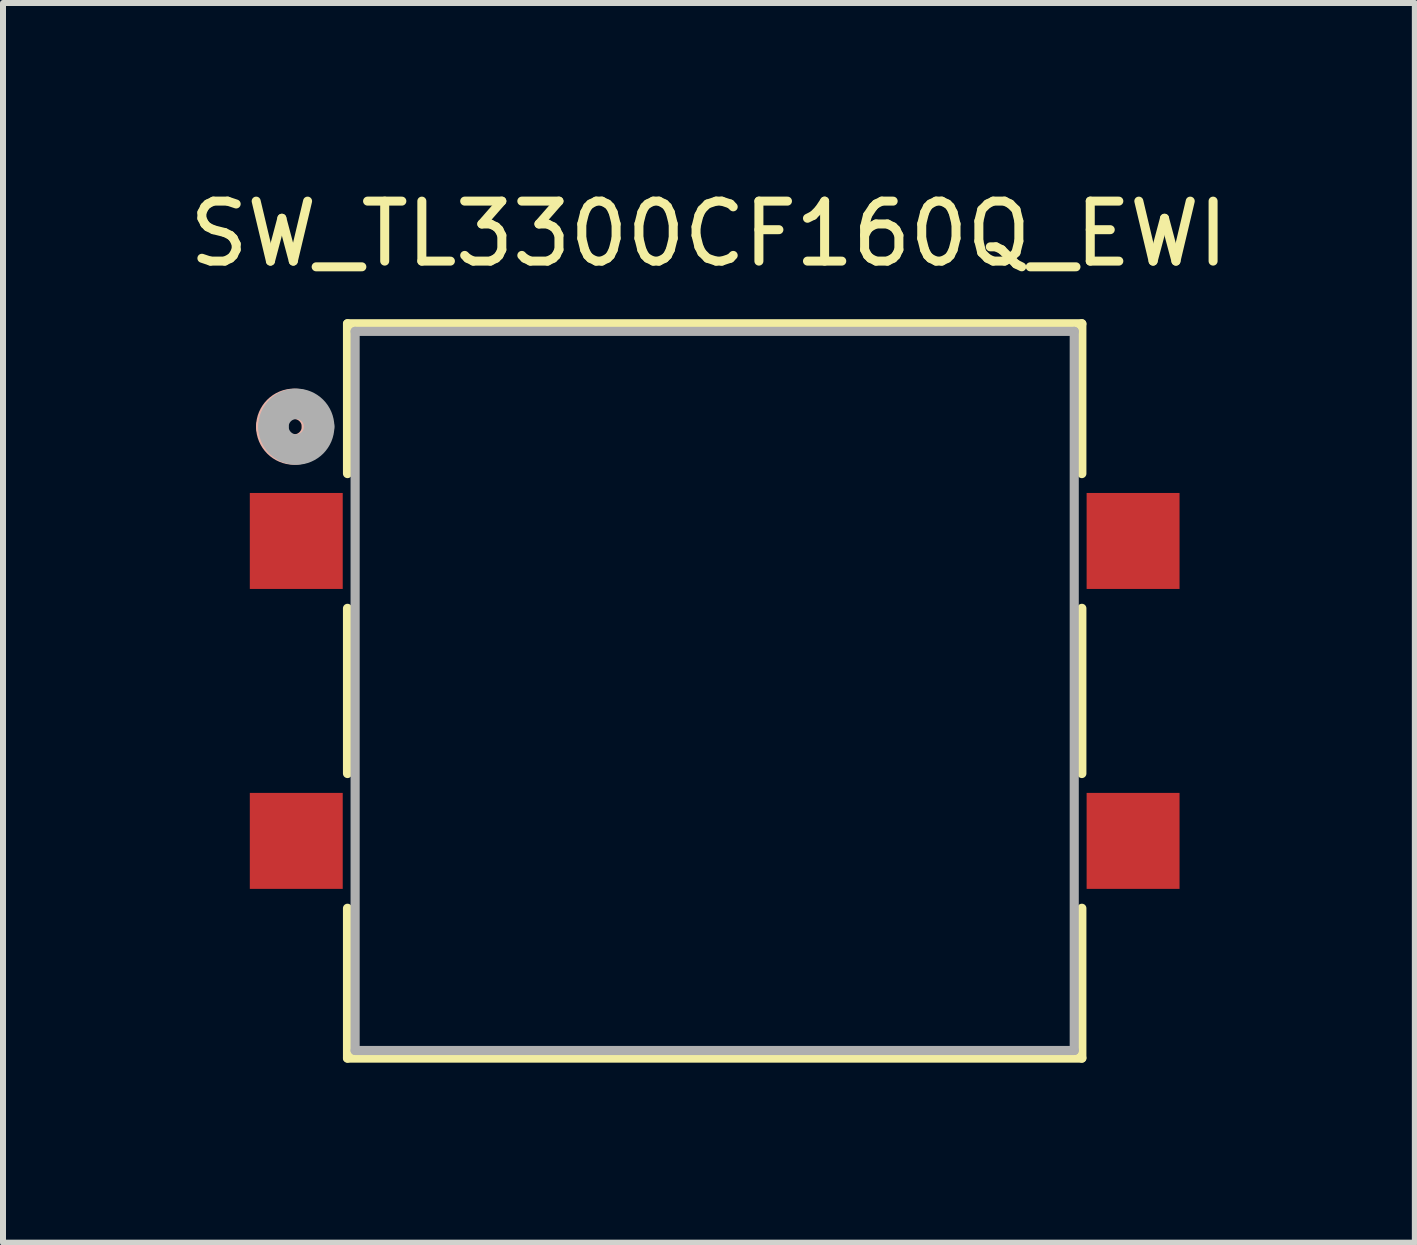
<source format=kicad_pcb>
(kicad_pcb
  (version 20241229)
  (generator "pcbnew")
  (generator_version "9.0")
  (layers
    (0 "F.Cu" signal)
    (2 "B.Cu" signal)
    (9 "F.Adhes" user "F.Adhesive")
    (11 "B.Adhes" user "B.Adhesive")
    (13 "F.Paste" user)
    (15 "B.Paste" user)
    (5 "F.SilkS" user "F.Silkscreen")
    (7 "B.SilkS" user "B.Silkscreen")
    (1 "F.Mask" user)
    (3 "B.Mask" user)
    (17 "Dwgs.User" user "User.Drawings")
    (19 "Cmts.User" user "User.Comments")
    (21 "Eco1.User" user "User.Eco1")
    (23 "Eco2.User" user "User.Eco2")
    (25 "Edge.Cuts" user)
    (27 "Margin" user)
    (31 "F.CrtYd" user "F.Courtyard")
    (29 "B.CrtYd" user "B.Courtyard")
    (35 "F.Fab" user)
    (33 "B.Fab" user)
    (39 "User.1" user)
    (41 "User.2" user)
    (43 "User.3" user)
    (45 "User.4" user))
  (footprint "SW_TL3300CF160Q_EWI"
    (layer "F.Cu")
    (at 8.864 8.468)
    (property "Reference" "SW_TL3300CF160Q_EWI" (at -0.096 -7.62 0) (layer "F.SilkS") (effects (font (size 1 1) (thickness 0.15))))
    (attr smd)
    (fp_line (start -6.121 -6.121) (end -6.121 -3.623) (stroke (width 0.152) (type solid)) (layer "F.SilkS"))
    (fp_line (start -6.121 -1.377) (end -6.121 1.377) (stroke (width 0.152) (type solid)) (layer "F.SilkS"))
    (fp_line (start -6.121 3.623) (end -6.121 6.121) (stroke (width 0.152) (type solid)) (layer "F.SilkS"))
    (fp_line (start -6.121 6.121) (end 6.121 6.121) (stroke (width 0.152) (type solid)) (layer "F.SilkS"))
    (fp_line (start 6.121 -6.121) (end -6.121 -6.121) (stroke (width 0.152) (type solid)) (layer "F.SilkS"))
    (fp_line (start 6.121 -3.623) (end 6.121 -6.121) (stroke (width 0.152) (type solid)) (layer "F.SilkS"))
    (fp_line (start 6.121 1.377) (end 6.121 -1.377) (stroke (width 0.152) (type solid)) (layer "F.SilkS"))
    (fp_line (start 6.121 6.121) (end 6.121 3.623) (stroke (width 0.152) (type solid)) (layer "F.SilkS"))
    (fp_arc (start -7.3914 -4.405) (mid -7.0104 -4.786) (end -6.6294 -4.405) (stroke (width 0.508) (type solid)) (layer "B.SilkS"))
    (fp_arc (start -6.6294 -4.405) (mid -7.0104 -4.024) (end -7.3914 -4.405) (stroke (width 0.508) (type solid)) (layer "B.SilkS"))
    (fp_line (start -5.994 -5.994) (end -5.994 5.994) (stroke (width 0.152) (type solid)) (layer "F.Fab"))
    (fp_line (start -5.994 5.994) (end 5.994 5.994) (stroke (width 0.152) (type solid)) (layer "F.Fab"))
    (fp_line (start 5.994 -5.994) (end -5.994 -5.994) (stroke (width 0.152) (type solid)) (layer "F.Fab"))
    (fp_line (start 5.994 5.994) (end 5.994 -5.994) (stroke (width 0.152) (type solid)) (layer "F.Fab"))
    (fp_arc (start -7.356 -4.405) (mid -6.975 -4.786) (end -6.594 -4.405) (stroke (width 0.508) (type solid)) (layer "F.Fab"))
    (fp_arc (start -6.594 -4.405) (mid -6.975 -4.024) (end -7.356 -4.405) (stroke (width 0.508) (type solid)) (layer "F.Fab"))
    (pad "1" smd rect (at -6.975 -2.5) (size 1.549 1.6) (layers "F.Cu" "F.Mask" "F.Paste"))
    (pad "2" smd rect (at 6.975 -2.5) (size 1.549 1.6) (layers "F.Cu" "F.Mask" "F.Paste"))
    (pad "3" smd rect (at -6.975 2.5) (size 1.549 1.6) (layers "F.Cu" "F.Mask" "F.Paste"))
    (pad "4" smd rect (at 6.975 2.5) (size 1.549 1.6) (layers "F.Cu" "F.Mask" "F.Paste")))
  (gr_rect
    (start -3 -3)
    (end 20.536 17.666)
    (stroke (width 0.1) (type default))
    (fill no)
    (layer "Edge.Cuts")))
</source>
